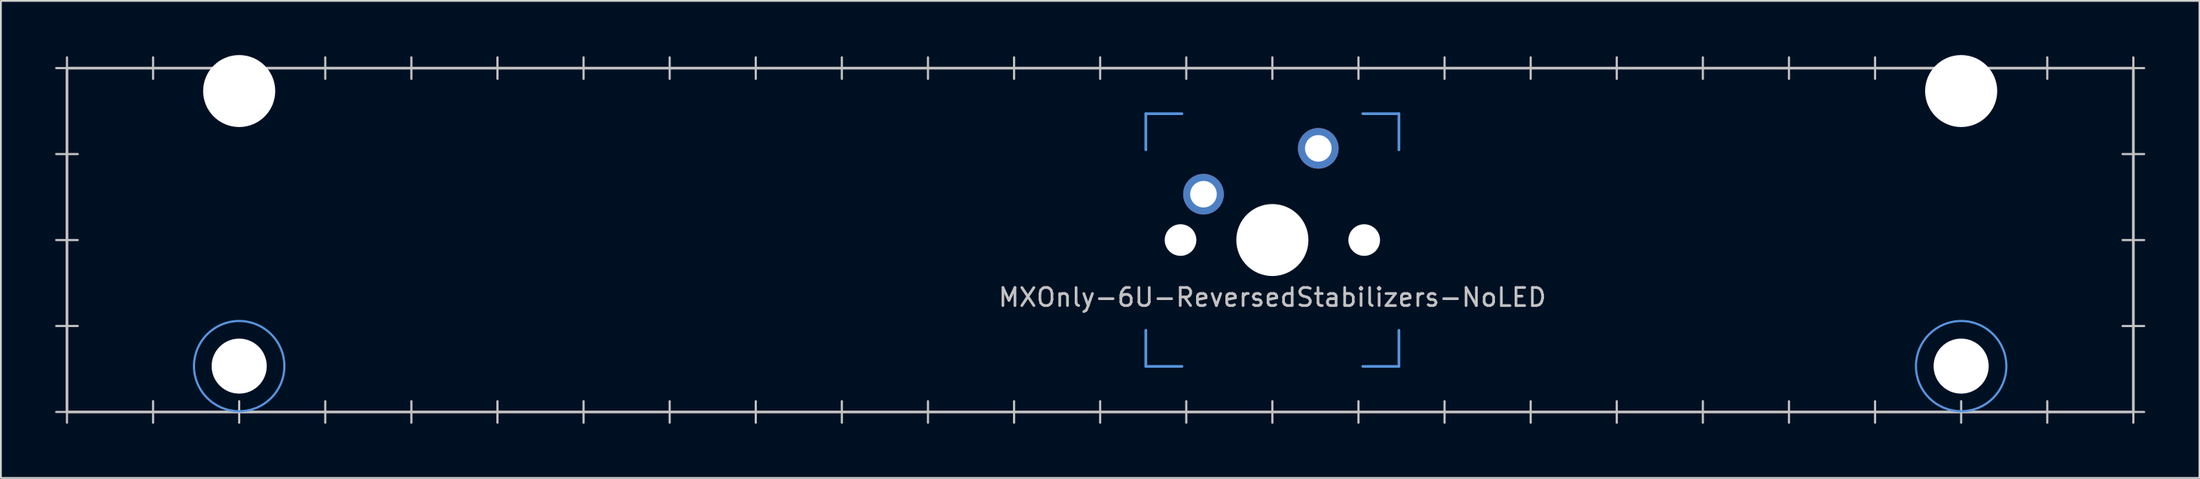
<source format=kicad_pcb>
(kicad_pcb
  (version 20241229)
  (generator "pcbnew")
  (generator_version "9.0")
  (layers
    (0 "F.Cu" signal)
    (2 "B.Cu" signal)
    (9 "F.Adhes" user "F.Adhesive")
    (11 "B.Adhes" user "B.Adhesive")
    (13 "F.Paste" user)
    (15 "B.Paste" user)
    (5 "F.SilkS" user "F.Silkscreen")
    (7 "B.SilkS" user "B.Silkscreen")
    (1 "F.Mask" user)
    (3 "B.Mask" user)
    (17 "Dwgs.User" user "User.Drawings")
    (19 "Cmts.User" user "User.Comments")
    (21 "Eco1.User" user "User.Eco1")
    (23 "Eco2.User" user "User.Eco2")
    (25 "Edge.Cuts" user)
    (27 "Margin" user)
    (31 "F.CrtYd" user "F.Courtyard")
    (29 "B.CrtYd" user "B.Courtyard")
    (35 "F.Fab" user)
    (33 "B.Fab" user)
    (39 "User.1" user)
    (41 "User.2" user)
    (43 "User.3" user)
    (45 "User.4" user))
  (footprint "MXOnly-6U-ReversedStabilizers-NoLED"
    (layer "F.Cu")
    (at 57.805 10.249)
    (property "Reference" "MXOnly-6U-ReversedStabilizers-NoLED" (at 9.525 3.175 0) (layer "Dwgs.User") (effects (font (size 1 1) (thickness 0.15))))
    (attr through_hole)
    (fp_line (start -57.745 -9.525) (end -57.15 -9.525) (stroke (width 0.12) (type solid)) (layer "Dwgs.User"))
    (fp_line (start -57.745 -0.000008) (end -56.555 -0.000008) (stroke (width 0.12) (type solid)) (layer "Dwgs.User"))
    (fp_line (start -57.745 4.762) (end -56.555 4.762) (stroke (width 0.12) (type solid)) (layer "Dwgs.User"))
    (fp_line (start -57.745 9.525) (end -57.15 9.525) (stroke (width 0.12) (type solid)) (layer "Dwgs.User"))
    (fp_line (start -57.15 10.12) (end -57.15 9.525) (stroke (width 0.12) (type solid)) (layer "Dwgs.User"))
    (fp_line (start -57.15 -10.12) (end -57.15 -9.525) (stroke (width 0.12) (type solid)) (layer "Dwgs.User"))
    (fp_line (start -57.15 -9.525) (end 57.15 -9.525) (stroke (width 0.15) (type solid)) (layer "Dwgs.User"))
    (fp_line (start -57.15 9.525) (end -57.15 -9.525) (stroke (width 0.15) (type solid)) (layer "Dwgs.User"))
    (fp_line (start -57.15 9.525) (end 57.15 9.525) (stroke (width 0.15) (type solid)) (layer "Dwgs.User"))
    (fp_line (start -56.555 -4.763) (end -57.745 -4.763) (stroke (width 0.12) (type solid)) (layer "Dwgs.User"))
    (fp_line (start -52.388 8.93) (end -52.388 10.12) (stroke (width 0.12) (type solid)) (layer "Dwgs.User"))
    (fp_line (start -52.388 -10.12) (end -52.388 -8.93) (stroke (width 0.12) (type solid)) (layer "Dwgs.User"))
    (fp_line (start -47.625 8.93) (end -47.625 10.12) (stroke (width 0.12) (type solid)) (layer "Dwgs.User"))
    (fp_line (start -47.625 -10.12) (end -47.625 -8.93) (stroke (width 0.12) (type solid)) (layer "Dwgs.User"))
    (fp_line (start -42.863 10.12) (end -42.863 8.93) (stroke (width 0.12) (type solid)) (layer "Dwgs.User"))
    (fp_line (start -42.863 -8.93) (end -42.863 -10.12) (stroke (width 0.12) (type solid)) (layer "Dwgs.User"))
    (fp_line (start -38.1 8.93) (end -38.1 10.12) (stroke (width 0.12) (type solid)) (layer "Dwgs.User"))
    (fp_line (start -38.1 -10.12) (end -38.1 -8.93) (stroke (width 0.12) (type solid)) (layer "Dwgs.User"))
    (fp_line (start -33.338 10.12) (end -33.338 8.93) (stroke (width 0.12) (type solid)) (layer "Dwgs.User"))
    (fp_line (start -33.338 -8.93) (end -33.338 -10.12) (stroke (width 0.12) (type solid)) (layer "Dwgs.User"))
    (fp_line (start -28.575 8.93) (end -28.575 10.12) (stroke (width 0.12) (type solid)) (layer "Dwgs.User"))
    (fp_line (start -28.575 -10.12) (end -28.575 -8.93) (stroke (width 0.12) (type solid)) (layer "Dwgs.User"))
    (fp_line (start -23.813 10.12) (end -23.813 8.93) (stroke (width 0.12) (type solid)) (layer "Dwgs.User"))
    (fp_line (start -23.813 -8.93) (end -23.813 -10.12) (stroke (width 0.12) (type solid)) (layer "Dwgs.User"))
    (fp_line (start -19.05 8.93) (end -19.05 10.12) (stroke (width 0.12) (type solid)) (layer "Dwgs.User"))
    (fp_line (start -19.05 -10.12) (end -19.05 -8.93) (stroke (width 0.12) (type solid)) (layer "Dwgs.User"))
    (fp_line (start -14.288 10.12) (end -14.288 8.93) (stroke (width 0.12) (type solid)) (layer "Dwgs.User"))
    (fp_line (start -14.288 -8.93) (end -14.288 -10.12) (stroke (width 0.12) (type solid)) (layer "Dwgs.User"))
    (fp_line (start -9.525 8.93) (end -9.525 10.12) (stroke (width 0.12) (type solid)) (layer "Dwgs.User"))
    (fp_line (start -9.525 -10.12) (end -9.525 -8.93) (stroke (width 0.12) (type solid)) (layer "Dwgs.User"))
    (fp_line (start -4.763 10.12) (end -4.763 8.93) (stroke (width 0.12) (type solid)) (layer "Dwgs.User"))
    (fp_line (start -4.763 -8.93) (end -4.763 -10.12) (stroke (width 0.12) (type solid)) (layer "Dwgs.User"))
    (fp_line (start 0 -8.93) (end 0 -10.12) (stroke (width 0.12) (type solid)) (layer "Dwgs.User"))
    (fp_line (start 0 10.12) (end 0 8.93) (stroke (width 0.12) (type solid)) (layer "Dwgs.User"))
    (fp_line (start 4.763 -10.12) (end 4.763 -8.93) (stroke (width 0.12) (type solid)) (layer "Dwgs.User"))
    (fp_line (start 4.763 8.93) (end 4.763 10.12) (stroke (width 0.12) (type solid)) (layer "Dwgs.User"))
    (fp_line (start 9.525 -8.93) (end 9.525 -10.12) (stroke (width 0.12) (type solid)) (layer "Dwgs.User"))
    (fp_line (start 9.525 10.12) (end 9.525 8.93) (stroke (width 0.12) (type solid)) (layer "Dwgs.User"))
    (fp_line (start 14.288 -10.12) (end 14.288 -8.93) (stroke (width 0.12) (type solid)) (layer "Dwgs.User"))
    (fp_line (start 14.288 8.93) (end 14.288 10.12) (stroke (width 0.12) (type solid)) (layer "Dwgs.User"))
    (fp_line (start 19.05 -8.93) (end 19.05 -10.12) (stroke (width 0.12) (type solid)) (layer "Dwgs.User"))
    (fp_line (start 19.05 10.12) (end 19.05 8.93) (stroke (width 0.12) (type solid)) (layer "Dwgs.User"))
    (fp_line (start 23.813 -10.12) (end 23.813 -8.93) (stroke (width 0.12) (type solid)) (layer "Dwgs.User"))
    (fp_line (start 23.813 8.93) (end 23.813 10.12) (stroke (width 0.12) (type solid)) (layer "Dwgs.User"))
    (fp_line (start 28.575 -8.93) (end 28.575 -10.12) (stroke (width 0.12) (type solid)) (layer "Dwgs.User"))
    (fp_line (start 28.575 10.12) (end 28.575 8.93) (stroke (width 0.12) (type solid)) (layer "Dwgs.User"))
    (fp_line (start 33.338 -10.12) (end 33.338 -8.93) (stroke (width 0.12) (type solid)) (layer "Dwgs.User"))
    (fp_line (start 33.338 8.93) (end 33.338 10.12) (stroke (width 0.12) (type solid)) (layer "Dwgs.User"))
    (fp_line (start 38.1 -8.93) (end 38.1 -10.12) (stroke (width 0.12) (type solid)) (layer "Dwgs.User"))
    (fp_line (start 38.1 10.12) (end 38.1 8.93) (stroke (width 0.12) (type solid)) (layer "Dwgs.User"))
    (fp_line (start 42.863 -10.12) (end 42.863 -8.93) (stroke (width 0.12) (type solid)) (layer "Dwgs.User"))
    (fp_line (start 42.863 8.93) (end 42.863 10.12) (stroke (width 0.12) (type solid)) (layer "Dwgs.User"))
    (fp_line (start 47.625 -8.93) (end 47.625 -10.12) (stroke (width 0.12) (type solid)) (layer "Dwgs.User"))
    (fp_line (start 47.625 10.12) (end 47.625 8.93) (stroke (width 0.12) (type solid)) (layer "Dwgs.User"))
    (fp_line (start 52.388 -10.12) (end 52.388 -8.93) (stroke (width 0.12) (type solid)) (layer "Dwgs.User"))
    (fp_line (start 52.388 8.93) (end 52.388 10.12) (stroke (width 0.12) (type solid)) (layer "Dwgs.User"))
    (fp_line (start 56.555 4.763) (end 57.745 4.763) (stroke (width 0.12) (type solid)) (layer "Dwgs.User"))
    (fp_line (start 57.15 -9.525) (end 57.15 9.525) (stroke (width 0.15) (type solid)) (layer "Dwgs.User"))
    (fp_line (start 57.15 10.12) (end 57.15 9.525) (stroke (width 0.12) (type solid)) (layer "Dwgs.User"))
    (fp_line (start 57.15 -10.12) (end 57.15 -9.525) (stroke (width 0.12) (type solid)) (layer "Dwgs.User"))
    (fp_line (start 57.745 -9.525) (end 57.15 -9.525) (stroke (width 0.12) (type solid)) (layer "Dwgs.User"))
    (fp_line (start 57.745 -4.763) (end 56.555 -4.763) (stroke (width 0.12) (type solid)) (layer "Dwgs.User"))
    (fp_line (start 57.745 0) (end 56.555 0) (stroke (width 0.12) (type solid)) (layer "Dwgs.User"))
    (fp_line (start 57.745 9.525) (end 57.15 9.525) (stroke (width 0.12) (type solid)) (layer "Dwgs.User"))
    (fp_line (start 2.525 -7) (end 2.525 -5) (stroke (width 0.15) (type solid)) (layer "Cmts.User"))
    (fp_line (start 2.525 7) (end 2.525 5) (stroke (width 0.15) (type solid)) (layer "Cmts.User"))
    (fp_line (start 4.525 -7) (end 2.525 -7) (stroke (width 0.15) (type solid)) (layer "Cmts.User"))
    (fp_line (start 4.525 7) (end 2.525 7) (stroke (width 0.15) (type solid)) (layer "Cmts.User"))
    (fp_line (start 14.525 -7) (end 16.525 -7) (stroke (width 0.15) (type solid)) (layer "Cmts.User"))
    (fp_line (start 16.525 -7) (end 16.525 -5) (stroke (width 0.15) (type solid)) (layer "Cmts.User"))
    (fp_line (start 16.525 5) (end 16.525 7) (stroke (width 0.15) (type solid)) (layer "Cmts.User"))
    (fp_line (start 16.525 7) (end 14.525 7) (stroke (width 0.15) (type solid)) (layer "Cmts.User"))
    (fp_circle (center -47.625 6.985) (end -45.125 6.985) (stroke (width 0.12) (type solid)) (fill no) (layer "Cmts.User"))
    (fp_circle (center 47.625 6.985) (end 50.125 6.985) (stroke (width 0.12) (type solid)) (fill no) (layer "Cmts.User"))
    (pad "" np_thru_hole circle (at -47.625 -8.255) (size 3.988 3.988) (drill 3.988) (layers "*.Cu" "*.Mask"))
    (pad "" np_thru_hole circle (at -47.625 6.985) (size 3.048 3.048) (drill 3.048) (layers "*.Cu" "*.Mask"))
    (pad "" np_thru_hole circle (at 4.445 0 48.1) (size 1.75 1.75) (drill 1.75) (layers "*.Cu" "*.Mask"))
    (pad "" np_thru_hole circle (at 9.525 0) (size 3.988 3.988) (drill 3.988) (layers "*.Cu" "*.Mask"))
    (pad "" np_thru_hole circle (at 14.605 0 48.1) (size 1.75 1.75) (drill 1.75) (layers "*.Cu" "*.Mask"))
    (pad "" np_thru_hole circle (at 47.625 -8.255) (size 3.988 3.988) (drill 3.988) (layers "*.Cu" "*.Mask"))
    (pad "" np_thru_hole circle (at 47.625 6.985) (size 3.048 3.048) (drill 3.048) (layers "*.Cu" "*.Mask"))
    (pad "1" thru_hole circle (at 5.715 -2.54) (size 2.25 2.25) (drill 1.47) (layers "*.Cu" "B.Mask"))
    (pad "2" thru_hole circle (at 12.065 -5.08) (size 2.25 2.25) (drill 1.47) (layers "*.Cu" "B.Mask")))
  (gr_rect
    (start -3 -3)
    (end 118.611 23.429)
    (stroke (width 0.1) (type default))
    (fill no)
    (layer "Edge.Cuts")))
</source>
